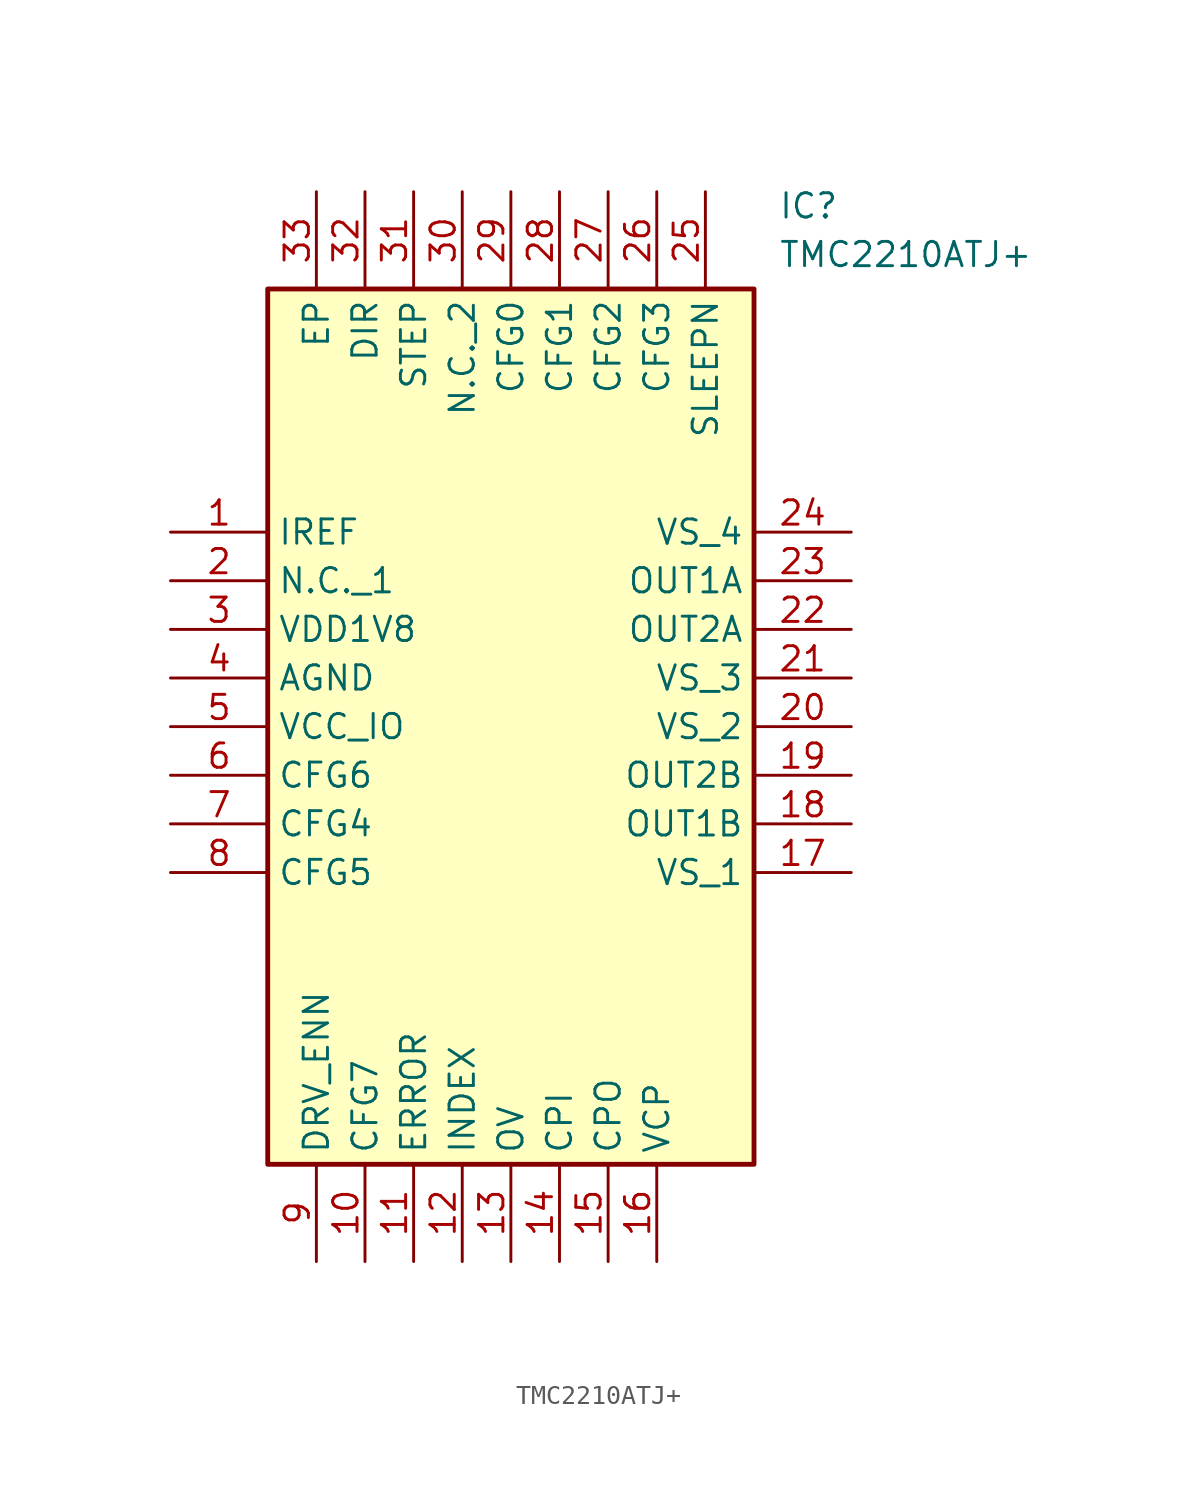
<source format=kicad_sym>
(kicad_symbol_lib
  (version 20211014)
  (generator SamacSys_ECAD_Model)
  (symbol "TMC2210ATJ+"
    (property "Reference" "IC"
      (at 31.75 17.78 0)
      (effects (font (size 1.27 1.27)) (justify left top)))
    (property "Value" "TMC2210ATJ+"
      (at 31.75 15.24 0)
      (effects (font (size 1.27 1.27)) (justify left top)))
    (rectangle
      (start 5.08 12.7)
      (end 30.48 -33.02)
      (stroke (width 0.254) (type default))
      (fill (type background)))
    (pin passive line
      (at 0 0 0)
      (length 5.08)
      (name "IREF" (effects (font (size 1.27 1.27))))
      (number "1" (effects (font (size 1.27 1.27)))))
    (pin passive line
      (at 0 -2.54 0)
      (length 5.08)
      (name "N.C._1" (effects (font (size 1.27 1.27))))
      (number "2" (effects (font (size 1.27 1.27)))))
    (pin passive line
      (at 0 -5.08 0)
      (length 5.08)
      (name "VDD1V8" (effects (font (size 1.27 1.27))))
      (number "3" (effects (font (size 1.27 1.27)))))
    (pin passive line
      (at 0 -7.62 0)
      (length 5.08)
      (name "AGND" (effects (font (size 1.27 1.27))))
      (number "4" (effects (font (size 1.27 1.27)))))
    (pin passive line
      (at 0 -10.16 0)
      (length 5.08)
      (name "VCC_IO" (effects (font (size 1.27 1.27))))
      (number "5" (effects (font (size 1.27 1.27)))))
    (pin passive line
      (at 0 -12.7 0)
      (length 5.08)
      (name "CFG6" (effects (font (size 1.27 1.27))))
      (number "6" (effects (font (size 1.27 1.27)))))
    (pin passive line
      (at 0 -15.24 0)
      (length 5.08)
      (name "CFG4" (effects (font (size 1.27 1.27))))
      (number "7" (effects (font (size 1.27 1.27)))))
    (pin passive line
      (at 0 -17.78 0)
      (length 5.08)
      (name "CFG5" (effects (font (size 1.27 1.27))))
      (number "8" (effects (font (size 1.27 1.27)))))
    (pin passive line
      (at 7.62 -38.1 90)
      (length 5.08)
      (name "DRV_ENN" (effects (font (size 1.27 1.27))))
      (number "9" (effects (font (size 1.27 1.27)))))
    (pin passive line
      (at 10.16 -38.1 90)
      (length 5.08)
      (name "CFG7" (effects (font (size 1.27 1.27))))
      (number "10" (effects (font (size 1.27 1.27)))))
    (pin passive line
      (at 12.7 -38.1 90)
      (length 5.08)
      (name "ERROR" (effects (font (size 1.27 1.27))))
      (number "11" (effects (font (size 1.27 1.27)))))
    (pin passive line
      (at 15.24 -38.1 90)
      (length 5.08)
      (name "INDEX" (effects (font (size 1.27 1.27))))
      (number "12" (effects (font (size 1.27 1.27)))))
    (pin passive line
      (at 17.78 -38.1 90)
      (length 5.08)
      (name "OV" (effects (font (size 1.27 1.27))))
      (number "13" (effects (font (size 1.27 1.27)))))
    (pin passive line
      (at 20.32 -38.1 90)
      (length 5.08)
      (name "CPI" (effects (font (size 1.27 1.27))))
      (number "14" (effects (font (size 1.27 1.27)))))
    (pin passive line
      (at 22.86 -38.1 90)
      (length 5.08)
      (name "CPO" (effects (font (size 1.27 1.27))))
      (number "15" (effects (font (size 1.27 1.27)))))
    (pin passive line
      (at 25.4 -38.1 90)
      (length 5.08)
      (name "VCP" (effects (font (size 1.27 1.27))))
      (number "16" (effects (font (size 1.27 1.27)))))
    (pin passive line
      (at 35.56 0 180)
      (length 5.08)
      (name "VS_4" (effects (font (size 1.27 1.27))))
      (number "24" (effects (font (size 1.27 1.27)))))
    (pin passive line
      (at 35.56 -2.54 180)
      (length 5.08)
      (name "OUT1A" (effects (font (size 1.27 1.27))))
      (number "23" (effects (font (size 1.27 1.27)))))
    (pin passive line
      (at 35.56 -5.08 180)
      (length 5.08)
      (name "OUT2A" (effects (font (size 1.27 1.27))))
      (number "22" (effects (font (size 1.27 1.27)))))
    (pin passive line
      (at 35.56 -7.62 180)
      (length 5.08)
      (name "VS_3" (effects (font (size 1.27 1.27))))
      (number "21" (effects (font (size 1.27 1.27)))))
    (pin passive line
      (at 35.56 -10.16 180)
      (length 5.08)
      (name "VS_2" (effects (font (size 1.27 1.27))))
      (number "20" (effects (font (size 1.27 1.27)))))
    (pin passive line
      (at 35.56 -12.7 180)
      (length 5.08)
      (name "OUT2B" (effects (font (size 1.27 1.27))))
      (number "19" (effects (font (size 1.27 1.27)))))
    (pin passive line
      (at 35.56 -15.24 180)
      (length 5.08)
      (name "OUT1B" (effects (font (size 1.27 1.27))))
      (number "18" (effects (font (size 1.27 1.27)))))
    (pin passive line
      (at 35.56 -17.78 180)
      (length 5.08)
      (name "VS_1" (effects (font (size 1.27 1.27))))
      (number "17" (effects (font (size 1.27 1.27)))))
    (pin passive line
      (at 7.62 17.78 270)
      (length 5.08)
      (name "EP" (effects (font (size 1.27 1.27))))
      (number "33" (effects (font (size 1.27 1.27)))))
    (pin passive line
      (at 10.16 17.78 270)
      (length 5.08)
      (name "DIR" (effects (font (size 1.27 1.27))))
      (number "32" (effects (font (size 1.27 1.27)))))
    (pin passive line
      (at 12.7 17.78 270)
      (length 5.08)
      (name "STEP" (effects (font (size 1.27 1.27))))
      (number "31" (effects (font (size 1.27 1.27)))))
    (pin passive line
      (at 15.24 17.78 270)
      (length 5.08)
      (name "N.C._2" (effects (font (size 1.27 1.27))))
      (number "30" (effects (font (size 1.27 1.27)))))
    (pin passive line
      (at 17.78 17.78 270)
      (length 5.08)
      (name "CFG0" (effects (font (size 1.27 1.27))))
      (number "29" (effects (font (size 1.27 1.27)))))
    (pin passive line
      (at 20.32 17.78 270)
      (length 5.08)
      (name "CFG1" (effects (font (size 1.27 1.27))))
      (number "28" (effects (font (size 1.27 1.27)))))
    (pin passive line
      (at 22.86 17.78 270)
      (length 5.08)
      (name "CFG2" (effects (font (size 1.27 1.27))))
      (number "27" (effects (font (size 1.27 1.27)))))
    (pin passive line
      (at 25.4 17.78 270)
      (length 5.08)
      (name "CFG3" (effects (font (size 1.27 1.27))))
      (number "26" (effects (font (size 1.27 1.27)))))
    (pin passive line
      (at 27.94 17.78 270)
      (length 5.08)
      (name "SLEEPN" (effects (font (size 1.27 1.27))))
      (number "25" (effects (font (size 1.27 1.27)))))))
</source>
